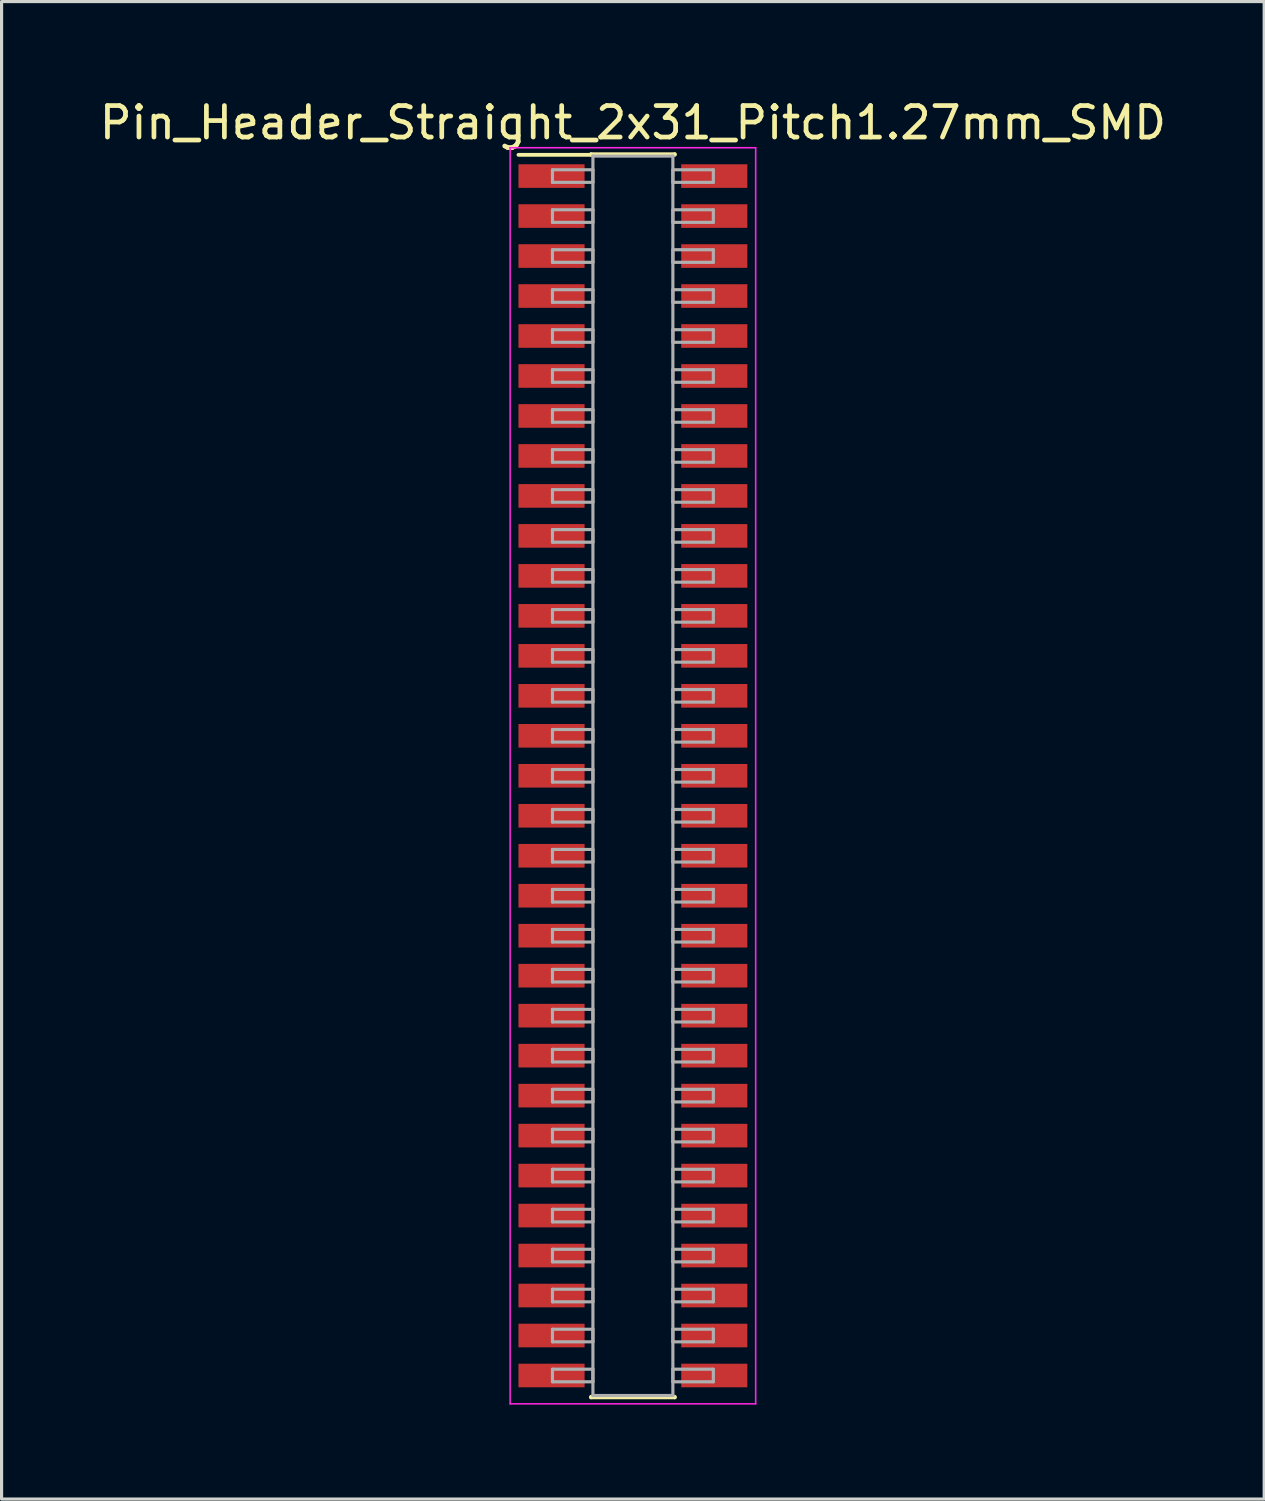
<source format=kicad_pcb>
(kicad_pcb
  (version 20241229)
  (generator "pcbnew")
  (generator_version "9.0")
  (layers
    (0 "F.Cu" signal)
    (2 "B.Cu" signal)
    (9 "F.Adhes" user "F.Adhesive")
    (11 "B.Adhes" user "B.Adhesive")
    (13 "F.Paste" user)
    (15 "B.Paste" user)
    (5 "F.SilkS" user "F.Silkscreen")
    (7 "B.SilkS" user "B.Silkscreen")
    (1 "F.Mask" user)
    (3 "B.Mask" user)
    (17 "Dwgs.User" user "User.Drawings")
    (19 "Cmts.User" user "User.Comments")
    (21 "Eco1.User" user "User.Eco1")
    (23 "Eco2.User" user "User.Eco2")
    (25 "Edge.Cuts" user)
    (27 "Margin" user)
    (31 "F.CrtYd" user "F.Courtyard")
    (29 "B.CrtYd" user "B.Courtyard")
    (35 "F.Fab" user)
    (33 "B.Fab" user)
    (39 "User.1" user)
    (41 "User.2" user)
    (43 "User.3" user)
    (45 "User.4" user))
  (footprint "Pin_Header_Straight_2x31_Pitch1.27mm_SMD"
    (layer "F.Cu")
    (at 17.054 21.593)
    (property "Reference" "Pin_Header_Straight_2x31_Pitch1.27mm_SMD" (at 0 -20.745 0) (layer "F.SilkS") (effects (font (size 1 1) (thickness 0.15))))
    (attr smd)
    (fp_line (start -3.635 -19.725) (end -1.33 -19.725) (stroke (width 0.12) (type solid)) (layer "F.SilkS"))
    (fp_line (start -1.33 -19.745) (end 1.33 -19.745) (stroke (width 0.12) (type solid)) (layer "F.SilkS"))
    (fp_line (start -1.33 -19.725) (end -1.33 -19.745) (stroke (width 0.12) (type solid)) (layer "F.SilkS"))
    (fp_line (start -1.33 19.725) (end -1.33 19.745) (stroke (width 0.12) (type solid)) (layer "F.SilkS"))
    (fp_line (start -1.33 19.745) (end 1.33 19.745) (stroke (width 0.12) (type solid)) (layer "F.SilkS"))
    (fp_line (start 1.33 -19.745) (end 1.33 -19.725) (stroke (width 0.12) (type solid)) (layer "F.SilkS"))
    (fp_line (start 1.33 19.745) (end 1.33 19.725) (stroke (width 0.12) (type solid)) (layer "F.SilkS"))
    (fp_line (start -3.9 -19.95) (end -3.9 19.95) (stroke (width 0.05) (type solid)) (layer "F.CrtYd"))
    (fp_line (start -3.9 19.95) (end 3.9 19.95) (stroke (width 0.05) (type solid)) (layer "F.CrtYd"))
    (fp_line (start 3.9 -19.95) (end -3.9 -19.95) (stroke (width 0.05) (type solid)) (layer "F.CrtYd"))
    (fp_line (start 3.9 19.95) (end 3.9 -19.95) (stroke (width 0.05) (type solid)) (layer "F.CrtYd"))
    (fp_line (start -2.555 -19.25) (end -1.27 -19.25) (stroke (width 0.1) (type solid)) (layer "F.Fab"))
    (fp_line (start -2.555 -18.85) (end -2.555 -19.25) (stroke (width 0.1) (type solid)) (layer "F.Fab"))
    (fp_line (start -2.555 -17.98) (end -1.27 -17.98) (stroke (width 0.1) (type solid)) (layer "F.Fab"))
    (fp_line (start -2.555 -17.58) (end -2.555 -17.98) (stroke (width 0.1) (type solid)) (layer "F.Fab"))
    (fp_line (start -2.555 -16.71) (end -1.27 -16.71) (stroke (width 0.1) (type solid)) (layer "F.Fab"))
    (fp_line (start -2.555 -16.31) (end -2.555 -16.71) (stroke (width 0.1) (type solid)) (layer "F.Fab"))
    (fp_line (start -2.555 -15.44) (end -1.27 -15.44) (stroke (width 0.1) (type solid)) (layer "F.Fab"))
    (fp_line (start -2.555 -15.04) (end -2.555 -15.44) (stroke (width 0.1) (type solid)) (layer "F.Fab"))
    (fp_line (start -2.555 -14.17) (end -1.27 -14.17) (stroke (width 0.1) (type solid)) (layer "F.Fab"))
    (fp_line (start -2.555 -13.77) (end -2.555 -14.17) (stroke (width 0.1) (type solid)) (layer "F.Fab"))
    (fp_line (start -2.555 -12.9) (end -1.27 -12.9) (stroke (width 0.1) (type solid)) (layer "F.Fab"))
    (fp_line (start -2.555 -12.5) (end -2.555 -12.9) (stroke (width 0.1) (type solid)) (layer "F.Fab"))
    (fp_line (start -2.555 -11.63) (end -1.27 -11.63) (stroke (width 0.1) (type solid)) (layer "F.Fab"))
    (fp_line (start -2.555 -11.23) (end -2.555 -11.63) (stroke (width 0.1) (type solid)) (layer "F.Fab"))
    (fp_line (start -2.555 -10.36) (end -1.27 -10.36) (stroke (width 0.1) (type solid)) (layer "F.Fab"))
    (fp_line (start -2.555 -9.96) (end -2.555 -10.36) (stroke (width 0.1) (type solid)) (layer "F.Fab"))
    (fp_line (start -2.555 -9.09) (end -1.27 -9.09) (stroke (width 0.1) (type solid)) (layer "F.Fab"))
    (fp_line (start -2.555 -8.69) (end -2.555 -9.09) (stroke (width 0.1) (type solid)) (layer "F.Fab"))
    (fp_line (start -2.555 -7.82) (end -1.27 -7.82) (stroke (width 0.1) (type solid)) (layer "F.Fab"))
    (fp_line (start -2.555 -7.42) (end -2.555 -7.82) (stroke (width 0.1) (type solid)) (layer "F.Fab"))
    (fp_line (start -2.555 -6.55) (end -1.27 -6.55) (stroke (width 0.1) (type solid)) (layer "F.Fab"))
    (fp_line (start -2.555 -6.15) (end -2.555 -6.55) (stroke (width 0.1) (type solid)) (layer "F.Fab"))
    (fp_line (start -2.555 -5.28) (end -1.27 -5.28) (stroke (width 0.1) (type solid)) (layer "F.Fab"))
    (fp_line (start -2.555 -4.88) (end -2.555 -5.28) (stroke (width 0.1) (type solid)) (layer "F.Fab"))
    (fp_line (start -2.555 -4.01) (end -1.27 -4.01) (stroke (width 0.1) (type solid)) (layer "F.Fab"))
    (fp_line (start -2.555 -3.61) (end -2.555 -4.01) (stroke (width 0.1) (type solid)) (layer "F.Fab"))
    (fp_line (start -2.555 -2.74) (end -1.27 -2.74) (stroke (width 0.1) (type solid)) (layer "F.Fab"))
    (fp_line (start -2.555 -2.34) (end -2.555 -2.74) (stroke (width 0.1) (type solid)) (layer "F.Fab"))
    (fp_line (start -2.555 -1.47) (end -1.27 -1.47) (stroke (width 0.1) (type solid)) (layer "F.Fab"))
    (fp_line (start -2.555 -1.07) (end -2.555 -1.47) (stroke (width 0.1) (type solid)) (layer "F.Fab"))
    (fp_line (start -2.555 -0.2) (end -1.27 -0.2) (stroke (width 0.1) (type solid)) (layer "F.Fab"))
    (fp_line (start -2.555 0.2) (end -2.555 -0.2) (stroke (width 0.1) (type solid)) (layer "F.Fab"))
    (fp_line (start -2.555 1.07) (end -1.27 1.07) (stroke (width 0.1) (type solid)) (layer "F.Fab"))
    (fp_line (start -2.555 1.47) (end -2.555 1.07) (stroke (width 0.1) (type solid)) (layer "F.Fab"))
    (fp_line (start -2.555 2.34) (end -1.27 2.34) (stroke (width 0.1) (type solid)) (layer "F.Fab"))
    (fp_line (start -2.555 2.74) (end -2.555 2.34) (stroke (width 0.1) (type solid)) (layer "F.Fab"))
    (fp_line (start -2.555 3.61) (end -1.27 3.61) (stroke (width 0.1) (type solid)) (layer "F.Fab"))
    (fp_line (start -2.555 4.01) (end -2.555 3.61) (stroke (width 0.1) (type solid)) (layer "F.Fab"))
    (fp_line (start -2.555 4.88) (end -1.27 4.88) (stroke (width 0.1) (type solid)) (layer "F.Fab"))
    (fp_line (start -2.555 5.28) (end -2.555 4.88) (stroke (width 0.1) (type solid)) (layer "F.Fab"))
    (fp_line (start -2.555 6.15) (end -1.27 6.15) (stroke (width 0.1) (type solid)) (layer "F.Fab"))
    (fp_line (start -2.555 6.55) (end -2.555 6.15) (stroke (width 0.1) (type solid)) (layer "F.Fab"))
    (fp_line (start -2.555 7.42) (end -1.27 7.42) (stroke (width 0.1) (type solid)) (layer "F.Fab"))
    (fp_line (start -2.555 7.82) (end -2.555 7.42) (stroke (width 0.1) (type solid)) (layer "F.Fab"))
    (fp_line (start -2.555 8.69) (end -1.27 8.69) (stroke (width 0.1) (type solid)) (layer "F.Fab"))
    (fp_line (start -2.555 9.09) (end -2.555 8.69) (stroke (width 0.1) (type solid)) (layer "F.Fab"))
    (fp_line (start -2.555 9.96) (end -1.27 9.96) (stroke (width 0.1) (type solid)) (layer "F.Fab"))
    (fp_line (start -2.555 10.36) (end -2.555 9.96) (stroke (width 0.1) (type solid)) (layer "F.Fab"))
    (fp_line (start -2.555 11.23) (end -1.27 11.23) (stroke (width 0.1) (type solid)) (layer "F.Fab"))
    (fp_line (start -2.555 11.63) (end -2.555 11.23) (stroke (width 0.1) (type solid)) (layer "F.Fab"))
    (fp_line (start -2.555 12.5) (end -1.27 12.5) (stroke (width 0.1) (type solid)) (layer "F.Fab"))
    (fp_line (start -2.555 12.9) (end -2.555 12.5) (stroke (width 0.1) (type solid)) (layer "F.Fab"))
    (fp_line (start -2.555 13.77) (end -1.27 13.77) (stroke (width 0.1) (type solid)) (layer "F.Fab"))
    (fp_line (start -2.555 14.17) (end -2.555 13.77) (stroke (width 0.1) (type solid)) (layer "F.Fab"))
    (fp_line (start -2.555 15.04) (end -1.27 15.04) (stroke (width 0.1) (type solid)) (layer "F.Fab"))
    (fp_line (start -2.555 15.44) (end -2.555 15.04) (stroke (width 0.1) (type solid)) (layer "F.Fab"))
    (fp_line (start -2.555 16.31) (end -1.27 16.31) (stroke (width 0.1) (type solid)) (layer "F.Fab"))
    (fp_line (start -2.555 16.71) (end -2.555 16.31) (stroke (width 0.1) (type solid)) (layer "F.Fab"))
    (fp_line (start -2.555 17.58) (end -1.27 17.58) (stroke (width 0.1) (type solid)) (layer "F.Fab"))
    (fp_line (start -2.555 17.98) (end -2.555 17.58) (stroke (width 0.1) (type solid)) (layer "F.Fab"))
    (fp_line (start -2.555 18.85) (end -1.27 18.85) (stroke (width 0.1) (type solid)) (layer "F.Fab"))
    (fp_line (start -2.555 19.25) (end -2.555 18.85) (stroke (width 0.1) (type solid)) (layer "F.Fab"))
    (fp_line (start -1.27 -19.685) (end -1.27 19.685) (stroke (width 0.1) (type solid)) (layer "F.Fab"))
    (fp_line (start -1.27 -19.25) (end -1.27 -18.85) (stroke (width 0.1) (type solid)) (layer "F.Fab"))
    (fp_line (start -1.27 -18.85) (end -2.555 -18.85) (stroke (width 0.1) (type solid)) (layer "F.Fab"))
    (fp_line (start -1.27 -17.98) (end -1.27 -17.58) (stroke (width 0.1) (type solid)) (layer "F.Fab"))
    (fp_line (start -1.27 -17.58) (end -2.555 -17.58) (stroke (width 0.1) (type solid)) (layer "F.Fab"))
    (fp_line (start -1.27 -16.71) (end -1.27 -16.31) (stroke (width 0.1) (type solid)) (layer "F.Fab"))
    (fp_line (start -1.27 -16.31) (end -2.555 -16.31) (stroke (width 0.1) (type solid)) (layer "F.Fab"))
    (fp_line (start -1.27 -15.44) (end -1.27 -15.04) (stroke (width 0.1) (type solid)) (layer "F.Fab"))
    (fp_line (start -1.27 -15.04) (end -2.555 -15.04) (stroke (width 0.1) (type solid)) (layer "F.Fab"))
    (fp_line (start -1.27 -14.17) (end -1.27 -13.77) (stroke (width 0.1) (type solid)) (layer "F.Fab"))
    (fp_line (start -1.27 -13.77) (end -2.555 -13.77) (stroke (width 0.1) (type solid)) (layer "F.Fab"))
    (fp_line (start -1.27 -12.9) (end -1.27 -12.5) (stroke (width 0.1) (type solid)) (layer "F.Fab"))
    (fp_line (start -1.27 -12.5) (end -2.555 -12.5) (stroke (width 0.1) (type solid)) (layer "F.Fab"))
    (fp_line (start -1.27 -11.63) (end -1.27 -11.23) (stroke (width 0.1) (type solid)) (layer "F.Fab"))
    (fp_line (start -1.27 -11.23) (end -2.555 -11.23) (stroke (width 0.1) (type solid)) (layer "F.Fab"))
    (fp_line (start -1.27 -10.36) (end -1.27 -9.96) (stroke (width 0.1) (type solid)) (layer "F.Fab"))
    (fp_line (start -1.27 -9.96) (end -2.555 -9.96) (stroke (width 0.1) (type solid)) (layer "F.Fab"))
    (fp_line (start -1.27 -9.09) (end -1.27 -8.69) (stroke (width 0.1) (type solid)) (layer "F.Fab"))
    (fp_line (start -1.27 -8.69) (end -2.555 -8.69) (stroke (width 0.1) (type solid)) (layer "F.Fab"))
    (fp_line (start -1.27 -7.82) (end -1.27 -7.42) (stroke (width 0.1) (type solid)) (layer "F.Fab"))
    (fp_line (start -1.27 -7.42) (end -2.555 -7.42) (stroke (width 0.1) (type solid)) (layer "F.Fab"))
    (fp_line (start -1.27 -6.55) (end -1.27 -6.15) (stroke (width 0.1) (type solid)) (layer "F.Fab"))
    (fp_line (start -1.27 -6.15) (end -2.555 -6.15) (stroke (width 0.1) (type solid)) (layer "F.Fab"))
    (fp_line (start -1.27 -5.28) (end -1.27 -4.88) (stroke (width 0.1) (type solid)) (layer "F.Fab"))
    (fp_line (start -1.27 -4.88) (end -2.555 -4.88) (stroke (width 0.1) (type solid)) (layer "F.Fab"))
    (fp_line (start -1.27 -4.01) (end -1.27 -3.61) (stroke (width 0.1) (type solid)) (layer "F.Fab"))
    (fp_line (start -1.27 -3.61) (end -2.555 -3.61) (stroke (width 0.1) (type solid)) (layer "F.Fab"))
    (fp_line (start -1.27 -2.74) (end -1.27 -2.34) (stroke (width 0.1) (type solid)) (layer "F.Fab"))
    (fp_line (start -1.27 -2.34) (end -2.555 -2.34) (stroke (width 0.1) (type solid)) (layer "F.Fab"))
    (fp_line (start -1.27 -1.47) (end -1.27 -1.07) (stroke (width 0.1) (type solid)) (layer "F.Fab"))
    (fp_line (start -1.27 -1.07) (end -2.555 -1.07) (stroke (width 0.1) (type solid)) (layer "F.Fab"))
    (fp_line (start -1.27 -0.2) (end -1.27 0.2) (stroke (width 0.1) (type solid)) (layer "F.Fab"))
    (fp_line (start -1.27 0.2) (end -2.555 0.2) (stroke (width 0.1) (type solid)) (layer "F.Fab"))
    (fp_line (start -1.27 1.07) (end -1.27 1.47) (stroke (width 0.1) (type solid)) (layer "F.Fab"))
    (fp_line (start -1.27 1.47) (end -2.555 1.47) (stroke (width 0.1) (type solid)) (layer "F.Fab"))
    (fp_line (start -1.27 2.34) (end -1.27 2.74) (stroke (width 0.1) (type solid)) (layer "F.Fab"))
    (fp_line (start -1.27 2.74) (end -2.555 2.74) (stroke (width 0.1) (type solid)) (layer "F.Fab"))
    (fp_line (start -1.27 3.61) (end -1.27 4.01) (stroke (width 0.1) (type solid)) (layer "F.Fab"))
    (fp_line (start -1.27 4.01) (end -2.555 4.01) (stroke (width 0.1) (type solid)) (layer "F.Fab"))
    (fp_line (start -1.27 4.88) (end -1.27 5.28) (stroke (width 0.1) (type solid)) (layer "F.Fab"))
    (fp_line (start -1.27 5.28) (end -2.555 5.28) (stroke (width 0.1) (type solid)) (layer "F.Fab"))
    (fp_line (start -1.27 6.15) (end -1.27 6.55) (stroke (width 0.1) (type solid)) (layer "F.Fab"))
    (fp_line (start -1.27 6.55) (end -2.555 6.55) (stroke (width 0.1) (type solid)) (layer "F.Fab"))
    (fp_line (start -1.27 7.42) (end -1.27 7.82) (stroke (width 0.1) (type solid)) (layer "F.Fab"))
    (fp_line (start -1.27 7.82) (end -2.555 7.82) (stroke (width 0.1) (type solid)) (layer "F.Fab"))
    (fp_line (start -1.27 8.69) (end -1.27 9.09) (stroke (width 0.1) (type solid)) (layer "F.Fab"))
    (fp_line (start -1.27 9.09) (end -2.555 9.09) (stroke (width 0.1) (type solid)) (layer "F.Fab"))
    (fp_line (start -1.27 9.96) (end -1.27 10.36) (stroke (width 0.1) (type solid)) (layer "F.Fab"))
    (fp_line (start -1.27 10.36) (end -2.555 10.36) (stroke (width 0.1) (type solid)) (layer "F.Fab"))
    (fp_line (start -1.27 11.23) (end -1.27 11.63) (stroke (width 0.1) (type solid)) (layer "F.Fab"))
    (fp_line (start -1.27 11.63) (end -2.555 11.63) (stroke (width 0.1) (type solid)) (layer "F.Fab"))
    (fp_line (start -1.27 12.5) (end -1.27 12.9) (stroke (width 0.1) (type solid)) (layer "F.Fab"))
    (fp_line (start -1.27 12.9) (end -2.555 12.9) (stroke (width 0.1) (type solid)) (layer "F.Fab"))
    (fp_line (start -1.27 13.77) (end -1.27 14.17) (stroke (width 0.1) (type solid)) (layer "F.Fab"))
    (fp_line (start -1.27 14.17) (end -2.555 14.17) (stroke (width 0.1) (type solid)) (layer "F.Fab"))
    (fp_line (start -1.27 15.04) (end -1.27 15.44) (stroke (width 0.1) (type solid)) (layer "F.Fab"))
    (fp_line (start -1.27 15.44) (end -2.555 15.44) (stroke (width 0.1) (type solid)) (layer "F.Fab"))
    (fp_line (start -1.27 16.31) (end -1.27 16.71) (stroke (width 0.1) (type solid)) (layer "F.Fab"))
    (fp_line (start -1.27 16.71) (end -2.555 16.71) (stroke (width 0.1) (type solid)) (layer "F.Fab"))
    (fp_line (start -1.27 17.58) (end -1.27 17.98) (stroke (width 0.1) (type solid)) (layer "F.Fab"))
    (fp_line (start -1.27 17.98) (end -2.555 17.98) (stroke (width 0.1) (type solid)) (layer "F.Fab"))
    (fp_line (start -1.27 18.85) (end -1.27 19.25) (stroke (width 0.1) (type solid)) (layer "F.Fab"))
    (fp_line (start -1.27 19.25) (end -2.555 19.25) (stroke (width 0.1) (type solid)) (layer "F.Fab"))
    (fp_line (start -1.27 19.685) (end 1.27 19.685) (stroke (width 0.1) (type solid)) (layer "F.Fab"))
    (fp_line (start 1.27 -19.685) (end -1.27 -19.685) (stroke (width 0.1) (type solid)) (layer "F.Fab"))
    (fp_line (start 1.27 -19.25) (end 1.27 -18.85) (stroke (width 0.1) (type solid)) (layer "F.Fab"))
    (fp_line (start 1.27 -18.85) (end 2.555 -18.85) (stroke (width 0.1) (type solid)) (layer "F.Fab"))
    (fp_line (start 1.27 -17.98) (end 1.27 -17.58) (stroke (width 0.1) (type solid)) (layer "F.Fab"))
    (fp_line (start 1.27 -17.58) (end 2.555 -17.58) (stroke (width 0.1) (type solid)) (layer "F.Fab"))
    (fp_line (start 1.27 -16.71) (end 1.27 -16.31) (stroke (width 0.1) (type solid)) (layer "F.Fab"))
    (fp_line (start 1.27 -16.31) (end 2.555 -16.31) (stroke (width 0.1) (type solid)) (layer "F.Fab"))
    (fp_line (start 1.27 -15.44) (end 1.27 -15.04) (stroke (width 0.1) (type solid)) (layer "F.Fab"))
    (fp_line (start 1.27 -15.04) (end 2.555 -15.04) (stroke (width 0.1) (type solid)) (layer "F.Fab"))
    (fp_line (start 1.27 -14.17) (end 1.27 -13.77) (stroke (width 0.1) (type solid)) (layer "F.Fab"))
    (fp_line (start 1.27 -13.77) (end 2.555 -13.77) (stroke (width 0.1) (type solid)) (layer "F.Fab"))
    (fp_line (start 1.27 -12.9) (end 1.27 -12.5) (stroke (width 0.1) (type solid)) (layer "F.Fab"))
    (fp_line (start 1.27 -12.5) (end 2.555 -12.5) (stroke (width 0.1) (type solid)) (layer "F.Fab"))
    (fp_line (start 1.27 -11.63) (end 1.27 -11.23) (stroke (width 0.1) (type solid)) (layer "F.Fab"))
    (fp_line (start 1.27 -11.23) (end 2.555 -11.23) (stroke (width 0.1) (type solid)) (layer "F.Fab"))
    (fp_line (start 1.27 -10.36) (end 1.27 -9.96) (stroke (width 0.1) (type solid)) (layer "F.Fab"))
    (fp_line (start 1.27 -9.96) (end 2.555 -9.96) (stroke (width 0.1) (type solid)) (layer "F.Fab"))
    (fp_line (start 1.27 -9.09) (end 1.27 -8.69) (stroke (width 0.1) (type solid)) (layer "F.Fab"))
    (fp_line (start 1.27 -8.69) (end 2.555 -8.69) (stroke (width 0.1) (type solid)) (layer "F.Fab"))
    (fp_line (start 1.27 -7.82) (end 1.27 -7.42) (stroke (width 0.1) (type solid)) (layer "F.Fab"))
    (fp_line (start 1.27 -7.42) (end 2.555 -7.42) (stroke (width 0.1) (type solid)) (layer "F.Fab"))
    (fp_line (start 1.27 -6.55) (end 1.27 -6.15) (stroke (width 0.1) (type solid)) (layer "F.Fab"))
    (fp_line (start 1.27 -6.15) (end 2.555 -6.15) (stroke (width 0.1) (type solid)) (layer "F.Fab"))
    (fp_line (start 1.27 -5.28) (end 1.27 -4.88) (stroke (width 0.1) (type solid)) (layer "F.Fab"))
    (fp_line (start 1.27 -4.88) (end 2.555 -4.88) (stroke (width 0.1) (type solid)) (layer "F.Fab"))
    (fp_line (start 1.27 -4.01) (end 1.27 -3.61) (stroke (width 0.1) (type solid)) (layer "F.Fab"))
    (fp_line (start 1.27 -3.61) (end 2.555 -3.61) (stroke (width 0.1) (type solid)) (layer "F.Fab"))
    (fp_line (start 1.27 -2.74) (end 1.27 -2.34) (stroke (width 0.1) (type solid)) (layer "F.Fab"))
    (fp_line (start 1.27 -2.34) (end 2.555 -2.34) (stroke (width 0.1) (type solid)) (layer "F.Fab"))
    (fp_line (start 1.27 -1.47) (end 1.27 -1.07) (stroke (width 0.1) (type solid)) (layer "F.Fab"))
    (fp_line (start 1.27 -1.07) (end 2.555 -1.07) (stroke (width 0.1) (type solid)) (layer "F.Fab"))
    (fp_line (start 1.27 -0.2) (end 1.27 0.2) (stroke (width 0.1) (type solid)) (layer "F.Fab"))
    (fp_line (start 1.27 0.2) (end 2.555 0.2) (stroke (width 0.1) (type solid)) (layer "F.Fab"))
    (fp_line (start 1.27 1.07) (end 1.27 1.47) (stroke (width 0.1) (type solid)) (layer "F.Fab"))
    (fp_line (start 1.27 1.47) (end 2.555 1.47) (stroke (width 0.1) (type solid)) (layer "F.Fab"))
    (fp_line (start 1.27 2.34) (end 1.27 2.74) (stroke (width 0.1) (type solid)) (layer "F.Fab"))
    (fp_line (start 1.27 2.74) (end 2.555 2.74) (stroke (width 0.1) (type solid)) (layer "F.Fab"))
    (fp_line (start 1.27 3.61) (end 1.27 4.01) (stroke (width 0.1) (type solid)) (layer "F.Fab"))
    (fp_line (start 1.27 4.01) (end 2.555 4.01) (stroke (width 0.1) (type solid)) (layer "F.Fab"))
    (fp_line (start 1.27 4.88) (end 1.27 5.28) (stroke (width 0.1) (type solid)) (layer "F.Fab"))
    (fp_line (start 1.27 5.28) (end 2.555 5.28) (stroke (width 0.1) (type solid)) (layer "F.Fab"))
    (fp_line (start 1.27 6.15) (end 1.27 6.55) (stroke (width 0.1) (type solid)) (layer "F.Fab"))
    (fp_line (start 1.27 6.55) (end 2.555 6.55) (stroke (width 0.1) (type solid)) (layer "F.Fab"))
    (fp_line (start 1.27 7.42) (end 1.27 7.82) (stroke (width 0.1) (type solid)) (layer "F.Fab"))
    (fp_line (start 1.27 7.82) (end 2.555 7.82) (stroke (width 0.1) (type solid)) (layer "F.Fab"))
    (fp_line (start 1.27 8.69) (end 1.27 9.09) (stroke (width 0.1) (type solid)) (layer "F.Fab"))
    (fp_line (start 1.27 9.09) (end 2.555 9.09) (stroke (width 0.1) (type solid)) (layer "F.Fab"))
    (fp_line (start 1.27 9.96) (end 1.27 10.36) (stroke (width 0.1) (type solid)) (layer "F.Fab"))
    (fp_line (start 1.27 10.36) (end 2.555 10.36) (stroke (width 0.1) (type solid)) (layer "F.Fab"))
    (fp_line (start 1.27 11.23) (end 1.27 11.63) (stroke (width 0.1) (type solid)) (layer "F.Fab"))
    (fp_line (start 1.27 11.63) (end 2.555 11.63) (stroke (width 0.1) (type solid)) (layer "F.Fab"))
    (fp_line (start 1.27 12.5) (end 1.27 12.9) (stroke (width 0.1) (type solid)) (layer "F.Fab"))
    (fp_line (start 1.27 12.9) (end 2.555 12.9) (stroke (width 0.1) (type solid)) (layer "F.Fab"))
    (fp_line (start 1.27 13.77) (end 1.27 14.17) (stroke (width 0.1) (type solid)) (layer "F.Fab"))
    (fp_line (start 1.27 14.17) (end 2.555 14.17) (stroke (width 0.1) (type solid)) (layer "F.Fab"))
    (fp_line (start 1.27 15.04) (end 1.27 15.44) (stroke (width 0.1) (type solid)) (layer "F.Fab"))
    (fp_line (start 1.27 15.44) (end 2.555 15.44) (stroke (width 0.1) (type solid)) (layer "F.Fab"))
    (fp_line (start 1.27 16.31) (end 1.27 16.71) (stroke (width 0.1) (type solid)) (layer "F.Fab"))
    (fp_line (start 1.27 16.71) (end 2.555 16.71) (stroke (width 0.1) (type solid)) (layer "F.Fab"))
    (fp_line (start 1.27 17.58) (end 1.27 17.98) (stroke (width 0.1) (type solid)) (layer "F.Fab"))
    (fp_line (start 1.27 17.98) (end 2.555 17.98) (stroke (width 0.1) (type solid)) (layer "F.Fab"))
    (fp_line (start 1.27 18.85) (end 1.27 19.25) (stroke (width 0.1) (type solid)) (layer "F.Fab"))
    (fp_line (start 1.27 19.25) (end 2.555 19.25) (stroke (width 0.1) (type solid)) (layer "F.Fab"))
    (fp_line (start 1.27 19.685) (end 1.27 -19.685) (stroke (width 0.1) (type solid)) (layer "F.Fab"))
    (fp_line (start 2.555 -19.25) (end 1.27 -19.25) (stroke (width 0.1) (type solid)) (layer "F.Fab"))
    (fp_line (start 2.555 -18.85) (end 2.555 -19.25) (stroke (width 0.1) (type solid)) (layer "F.Fab"))
    (fp_line (start 2.555 -17.98) (end 1.27 -17.98) (stroke (width 0.1) (type solid)) (layer "F.Fab"))
    (fp_line (start 2.555 -17.58) (end 2.555 -17.98) (stroke (width 0.1) (type solid)) (layer "F.Fab"))
    (fp_line (start 2.555 -16.71) (end 1.27 -16.71) (stroke (width 0.1) (type solid)) (layer "F.Fab"))
    (fp_line (start 2.555 -16.31) (end 2.555 -16.71) (stroke (width 0.1) (type solid)) (layer "F.Fab"))
    (fp_line (start 2.555 -15.44) (end 1.27 -15.44) (stroke (width 0.1) (type solid)) (layer "F.Fab"))
    (fp_line (start 2.555 -15.04) (end 2.555 -15.44) (stroke (width 0.1) (type solid)) (layer "F.Fab"))
    (fp_line (start 2.555 -14.17) (end 1.27 -14.17) (stroke (width 0.1) (type solid)) (layer "F.Fab"))
    (fp_line (start 2.555 -13.77) (end 2.555 -14.17) (stroke (width 0.1) (type solid)) (layer "F.Fab"))
    (fp_line (start 2.555 -12.9) (end 1.27 -12.9) (stroke (width 0.1) (type solid)) (layer "F.Fab"))
    (fp_line (start 2.555 -12.5) (end 2.555 -12.9) (stroke (width 0.1) (type solid)) (layer "F.Fab"))
    (fp_line (start 2.555 -11.63) (end 1.27 -11.63) (stroke (width 0.1) (type solid)) (layer "F.Fab"))
    (fp_line (start 2.555 -11.23) (end 2.555 -11.63) (stroke (width 0.1) (type solid)) (layer "F.Fab"))
    (fp_line (start 2.555 -10.36) (end 1.27 -10.36) (stroke (width 0.1) (type solid)) (layer "F.Fab"))
    (fp_line (start 2.555 -9.96) (end 2.555 -10.36) (stroke (width 0.1) (type solid)) (layer "F.Fab"))
    (fp_line (start 2.555 -9.09) (end 1.27 -9.09) (stroke (width 0.1) (type solid)) (layer "F.Fab"))
    (fp_line (start 2.555 -8.69) (end 2.555 -9.09) (stroke (width 0.1) (type solid)) (layer "F.Fab"))
    (fp_line (start 2.555 -7.82) (end 1.27 -7.82) (stroke (width 0.1) (type solid)) (layer "F.Fab"))
    (fp_line (start 2.555 -7.42) (end 2.555 -7.82) (stroke (width 0.1) (type solid)) (layer "F.Fab"))
    (fp_line (start 2.555 -6.55) (end 1.27 -6.55) (stroke (width 0.1) (type solid)) (layer "F.Fab"))
    (fp_line (start 2.555 -6.15) (end 2.555 -6.55) (stroke (width 0.1) (type solid)) (layer "F.Fab"))
    (fp_line (start 2.555 -5.28) (end 1.27 -5.28) (stroke (width 0.1) (type solid)) (layer "F.Fab"))
    (fp_line (start 2.555 -4.88) (end 2.555 -5.28) (stroke (width 0.1) (type solid)) (layer "F.Fab"))
    (fp_line (start 2.555 -4.01) (end 1.27 -4.01) (stroke (width 0.1) (type solid)) (layer "F.Fab"))
    (fp_line (start 2.555 -3.61) (end 2.555 -4.01) (stroke (width 0.1) (type solid)) (layer "F.Fab"))
    (fp_line (start 2.555 -2.74) (end 1.27 -2.74) (stroke (width 0.1) (type solid)) (layer "F.Fab"))
    (fp_line (start 2.555 -2.34) (end 2.555 -2.74) (stroke (width 0.1) (type solid)) (layer "F.Fab"))
    (fp_line (start 2.555 -1.47) (end 1.27 -1.47) (stroke (width 0.1) (type solid)) (layer "F.Fab"))
    (fp_line (start 2.555 -1.07) (end 2.555 -1.47) (stroke (width 0.1) (type solid)) (layer "F.Fab"))
    (fp_line (start 2.555 -0.2) (end 1.27 -0.2) (stroke (width 0.1) (type solid)) (layer "F.Fab"))
    (fp_line (start 2.555 0.2) (end 2.555 -0.2) (stroke (width 0.1) (type solid)) (layer "F.Fab"))
    (fp_line (start 2.555 1.07) (end 1.27 1.07) (stroke (width 0.1) (type solid)) (layer "F.Fab"))
    (fp_line (start 2.555 1.47) (end 2.555 1.07) (stroke (width 0.1) (type solid)) (layer "F.Fab"))
    (fp_line (start 2.555 2.34) (end 1.27 2.34) (stroke (width 0.1) (type solid)) (layer "F.Fab"))
    (fp_line (start 2.555 2.74) (end 2.555 2.34) (stroke (width 0.1) (type solid)) (layer "F.Fab"))
    (fp_line (start 2.555 3.61) (end 1.27 3.61) (stroke (width 0.1) (type solid)) (layer "F.Fab"))
    (fp_line (start 2.555 4.01) (end 2.555 3.61) (stroke (width 0.1) (type solid)) (layer "F.Fab"))
    (fp_line (start 2.555 4.88) (end 1.27 4.88) (stroke (width 0.1) (type solid)) (layer "F.Fab"))
    (fp_line (start 2.555 5.28) (end 2.555 4.88) (stroke (width 0.1) (type solid)) (layer "F.Fab"))
    (fp_line (start 2.555 6.15) (end 1.27 6.15) (stroke (width 0.1) (type solid)) (layer "F.Fab"))
    (fp_line (start 2.555 6.55) (end 2.555 6.15) (stroke (width 0.1) (type solid)) (layer "F.Fab"))
    (fp_line (start 2.555 7.42) (end 1.27 7.42) (stroke (width 0.1) (type solid)) (layer "F.Fab"))
    (fp_line (start 2.555 7.82) (end 2.555 7.42) (stroke (width 0.1) (type solid)) (layer "F.Fab"))
    (fp_line (start 2.555 8.69) (end 1.27 8.69) (stroke (width 0.1) (type solid)) (layer "F.Fab"))
    (fp_line (start 2.555 9.09) (end 2.555 8.69) (stroke (width 0.1) (type solid)) (layer "F.Fab"))
    (fp_line (start 2.555 9.96) (end 1.27 9.96) (stroke (width 0.1) (type solid)) (layer "F.Fab"))
    (fp_line (start 2.555 10.36) (end 2.555 9.96) (stroke (width 0.1) (type solid)) (layer "F.Fab"))
    (fp_line (start 2.555 11.23) (end 1.27 11.23) (stroke (width 0.1) (type solid)) (layer "F.Fab"))
    (fp_line (start 2.555 11.63) (end 2.555 11.23) (stroke (width 0.1) (type solid)) (layer "F.Fab"))
    (fp_line (start 2.555 12.5) (end 1.27 12.5) (stroke (width 0.1) (type solid)) (layer "F.Fab"))
    (fp_line (start 2.555 12.9) (end 2.555 12.5) (stroke (width 0.1) (type solid)) (layer "F.Fab"))
    (fp_line (start 2.555 13.77) (end 1.27 13.77) (stroke (width 0.1) (type solid)) (layer "F.Fab"))
    (fp_line (start 2.555 14.17) (end 2.555 13.77) (stroke (width 0.1) (type solid)) (layer "F.Fab"))
    (fp_line (start 2.555 15.04) (end 1.27 15.04) (stroke (width 0.1) (type solid)) (layer "F.Fab"))
    (fp_line (start 2.555 15.44) (end 2.555 15.04) (stroke (width 0.1) (type solid)) (layer "F.Fab"))
    (fp_line (start 2.555 16.31) (end 1.27 16.31) (stroke (width 0.1) (type solid)) (layer "F.Fab"))
    (fp_line (start 2.555 16.71) (end 2.555 16.31) (stroke (width 0.1) (type solid)) (layer "F.Fab"))
    (fp_line (start 2.555 17.58) (end 1.27 17.58) (stroke (width 0.1) (type solid)) (layer "F.Fab"))
    (fp_line (start 2.555 17.98) (end 2.555 17.58) (stroke (width 0.1) (type solid)) (layer "F.Fab"))
    (fp_line (start 2.555 18.85) (end 1.27 18.85) (stroke (width 0.1) (type solid)) (layer "F.Fab"))
    (fp_line (start 2.555 19.25) (end 2.555 18.85) (stroke (width 0.1) (type solid)) (layer "F.Fab"))
    (pad "1" smd rect (at -2.585 -19.05) (size 2.1 0.75) (layers "F.Cu" "F.Mask"))
    (pad "2" smd rect (at 2.585 -19.05) (size 2.1 0.75) (layers "F.Cu" "F.Mask"))
    (pad "3" smd rect (at -2.585 -17.78) (size 2.1 0.75) (layers "F.Cu" "F.Mask"))
    (pad "4" smd rect (at 2.585 -17.78) (size 2.1 0.75) (layers "F.Cu" "F.Mask"))
    (pad "5" smd rect (at -2.585 -16.51) (size 2.1 0.75) (layers "F.Cu" "F.Mask"))
    (pad "6" smd rect (at 2.585 -16.51) (size 2.1 0.75) (layers "F.Cu" "F.Mask"))
    (pad "7" smd rect (at -2.585 -15.24) (size 2.1 0.75) (layers "F.Cu" "F.Mask"))
    (pad "8" smd rect (at 2.585 -15.24) (size 2.1 0.75) (layers "F.Cu" "F.Mask"))
    (pad "9" smd rect (at -2.585 -13.97) (size 2.1 0.75) (layers "F.Cu" "F.Mask"))
    (pad "10" smd rect (at 2.585 -13.97) (size 2.1 0.75) (layers "F.Cu" "F.Mask"))
    (pad "11" smd rect (at -2.585 -12.7) (size 2.1 0.75) (layers "F.Cu" "F.Mask"))
    (pad "12" smd rect (at 2.585 -12.7) (size 2.1 0.75) (layers "F.Cu" "F.Mask"))
    (pad "13" smd rect (at -2.585 -11.43) (size 2.1 0.75) (layers "F.Cu" "F.Mask"))
    (pad "14" smd rect (at 2.585 -11.43) (size 2.1 0.75) (layers "F.Cu" "F.Mask"))
    (pad "15" smd rect (at -2.585 -10.16) (size 2.1 0.75) (layers "F.Cu" "F.Mask"))
    (pad "16" smd rect (at 2.585 -10.16) (size 2.1 0.75) (layers "F.Cu" "F.Mask"))
    (pad "17" smd rect (at -2.585 -8.89) (size 2.1 0.75) (layers "F.Cu" "F.Mask"))
    (pad "18" smd rect (at 2.585 -8.89) (size 2.1 0.75) (layers "F.Cu" "F.Mask"))
    (pad "19" smd rect (at -2.585 -7.62) (size 2.1 0.75) (layers "F.Cu" "F.Mask"))
    (pad "20" smd rect (at 2.585 -7.62) (size 2.1 0.75) (layers "F.Cu" "F.Mask"))
    (pad "21" smd rect (at -2.585 -6.35) (size 2.1 0.75) (layers "F.Cu" "F.Mask"))
    (pad "22" smd rect (at 2.585 -6.35) (size 2.1 0.75) (layers "F.Cu" "F.Mask"))
    (pad "23" smd rect (at -2.585 -5.08) (size 2.1 0.75) (layers "F.Cu" "F.Mask"))
    (pad "24" smd rect (at 2.585 -5.08) (size 2.1 0.75) (layers "F.Cu" "F.Mask"))
    (pad "25" smd rect (at -2.585 -3.81) (size 2.1 0.75) (layers "F.Cu" "F.Mask"))
    (pad "26" smd rect (at 2.585 -3.81) (size 2.1 0.75) (layers "F.Cu" "F.Mask"))
    (pad "27" smd rect (at -2.585 -2.54) (size 2.1 0.75) (layers "F.Cu" "F.Mask"))
    (pad "28" smd rect (at 2.585 -2.54) (size 2.1 0.75) (layers "F.Cu" "F.Mask"))
    (pad "29" smd rect (at -2.585 -1.27) (size 2.1 0.75) (layers "F.Cu" "F.Mask"))
    (pad "30" smd rect (at 2.585 -1.27) (size 2.1 0.75) (layers "F.Cu" "F.Mask"))
    (pad "31" smd rect (at -2.585 0) (size 2.1 0.75) (layers "F.Cu" "F.Mask"))
    (pad "32" smd rect (at 2.585 0) (size 2.1 0.75) (layers "F.Cu" "F.Mask"))
    (pad "33" smd rect (at -2.585 1.27) (size 2.1 0.75) (layers "F.Cu" "F.Mask"))
    (pad "34" smd rect (at 2.585 1.27) (size 2.1 0.75) (layers "F.Cu" "F.Mask"))
    (pad "35" smd rect (at -2.585 2.54) (size 2.1 0.75) (layers "F.Cu" "F.Mask"))
    (pad "36" smd rect (at 2.585 2.54) (size 2.1 0.75) (layers "F.Cu" "F.Mask"))
    (pad "37" smd rect (at -2.585 3.81) (size 2.1 0.75) (layers "F.Cu" "F.Mask"))
    (pad "38" smd rect (at 2.585 3.81) (size 2.1 0.75) (layers "F.Cu" "F.Mask"))
    (pad "39" smd rect (at -2.585 5.08) (size 2.1 0.75) (layers "F.Cu" "F.Mask"))
    (pad "40" smd rect (at 2.585 5.08) (size 2.1 0.75) (layers "F.Cu" "F.Mask"))
    (pad "41" smd rect (at -2.585 6.35) (size 2.1 0.75) (layers "F.Cu" "F.Mask"))
    (pad "42" smd rect (at 2.585 6.35) (size 2.1 0.75) (layers "F.Cu" "F.Mask"))
    (pad "43" smd rect (at -2.585 7.62) (size 2.1 0.75) (layers "F.Cu" "F.Mask"))
    (pad "44" smd rect (at 2.585 7.62) (size 2.1 0.75) (layers "F.Cu" "F.Mask"))
    (pad "45" smd rect (at -2.585 8.89) (size 2.1 0.75) (layers "F.Cu" "F.Mask"))
    (pad "46" smd rect (at 2.585 8.89) (size 2.1 0.75) (layers "F.Cu" "F.Mask"))
    (pad "47" smd rect (at -2.585 10.16) (size 2.1 0.75) (layers "F.Cu" "F.Mask"))
    (pad "48" smd rect (at 2.585 10.16) (size 2.1 0.75) (layers "F.Cu" "F.Mask"))
    (pad "49" smd rect (at -2.585 11.43) (size 2.1 0.75) (layers "F.Cu" "F.Mask"))
    (pad "50" smd rect (at 2.585 11.43) (size 2.1 0.75) (layers "F.Cu" "F.Mask"))
    (pad "51" smd rect (at -2.585 12.7) (size 2.1 0.75) (layers "F.Cu" "F.Mask"))
    (pad "52" smd rect (at 2.585 12.7) (size 2.1 0.75) (layers "F.Cu" "F.Mask"))
    (pad "53" smd rect (at -2.585 13.97) (size 2.1 0.75) (layers "F.Cu" "F.Mask"))
    (pad "54" smd rect (at 2.585 13.97) (size 2.1 0.75) (layers "F.Cu" "F.Mask"))
    (pad "55" smd rect (at -2.585 15.24) (size 2.1 0.75) (layers "F.Cu" "F.Mask"))
    (pad "56" smd rect (at 2.585 15.24) (size 2.1 0.75) (layers "F.Cu" "F.Mask"))
    (pad "57" smd rect (at -2.585 16.51) (size 2.1 0.75) (layers "F.Cu" "F.Mask"))
    (pad "58" smd rect (at 2.585 16.51) (size 2.1 0.75) (layers "F.Cu" "F.Mask"))
    (pad "59" smd rect (at -2.585 17.78) (size 2.1 0.75) (layers "F.Cu" "F.Mask"))
    (pad "60" smd rect (at 2.585 17.78) (size 2.1 0.75) (layers "F.Cu" "F.Mask"))
    (pad "61" smd rect (at -2.585 19.05) (size 2.1 0.75) (layers "F.Cu" "F.Mask"))
    (pad "62" smd rect (at 2.585 19.05) (size 2.1 0.75) (layers "F.Cu" "F.Mask")))
  (gr_rect
    (start -3 -3)
    (end 37.107 44.568)
    (stroke (width 0.1) (type default))
    (fill no)
    (layer "Edge.Cuts")))
</source>
